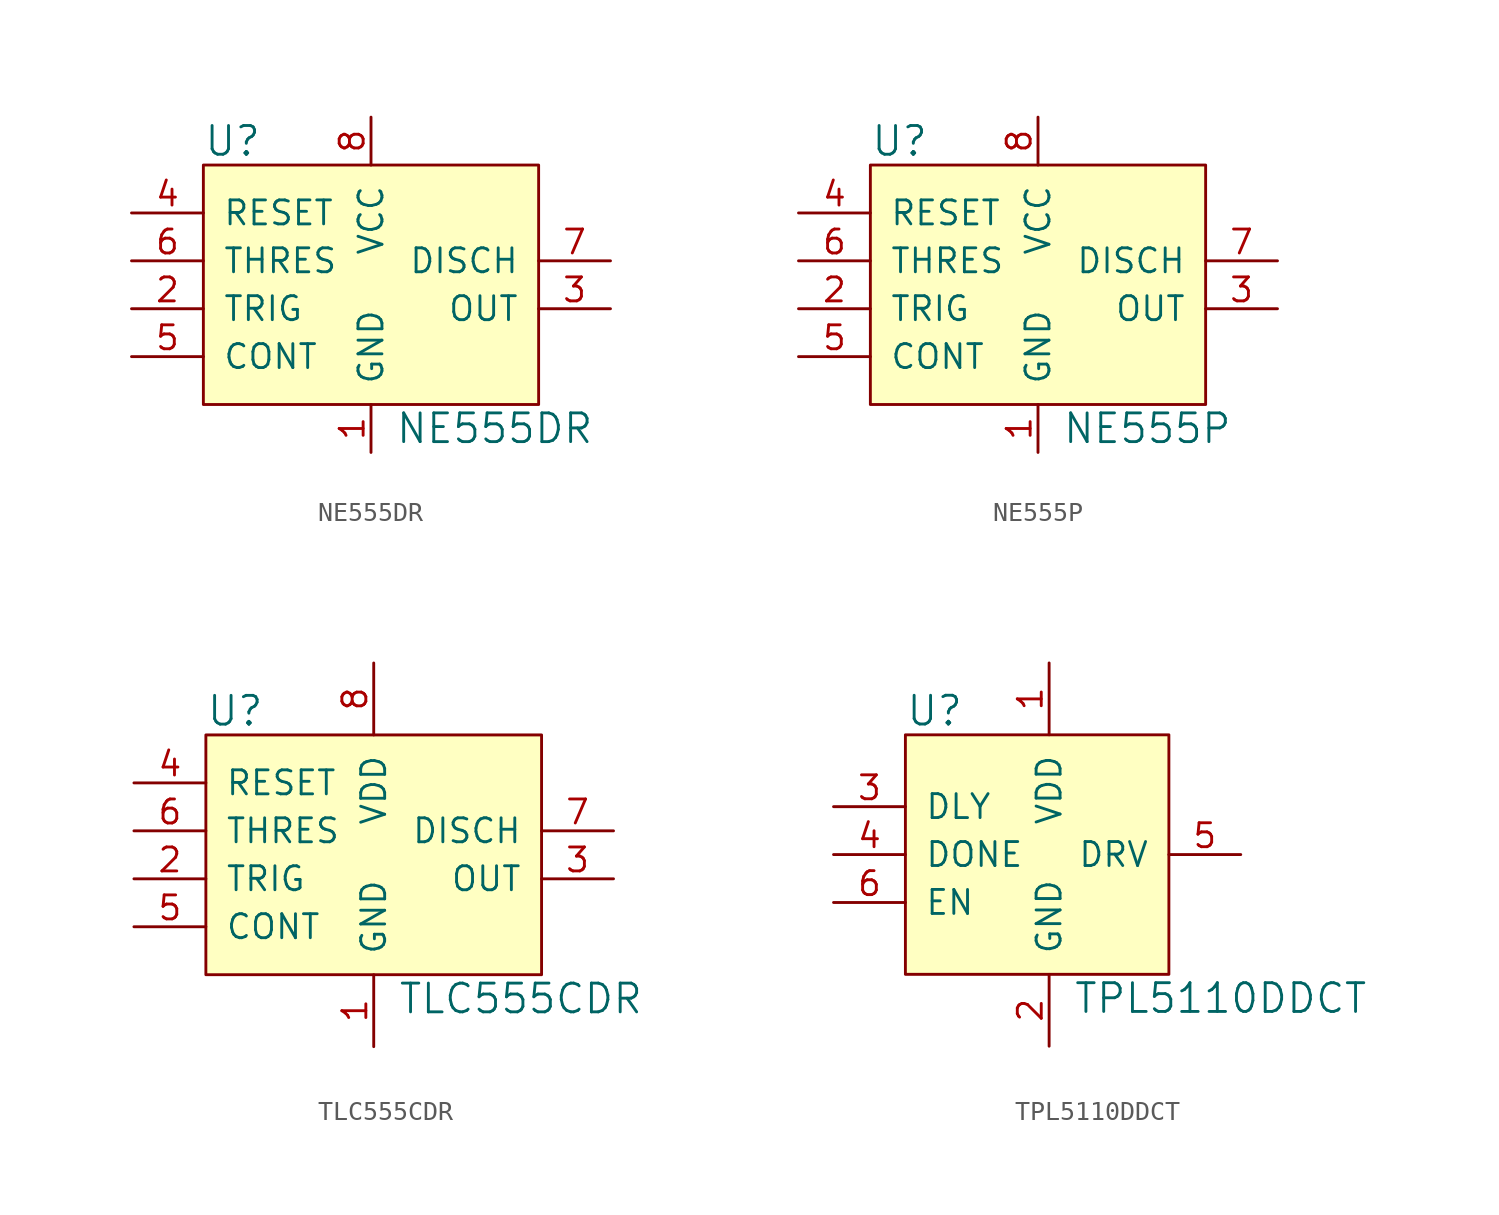
<source format=kicad_sym>
(kicad_symbol_lib
  (version 20220914)
  (generator kicad_symbol_editor)
  (symbol "NE555DR"
    (pin_names
      (offset 1.016))
    (property "Reference" "U"
      (at -8.89 1.27 0)
      (effects (font (size 1.524 1.524)) (justify left)))
    (property "Value" "NE555DR"
      (at 1.27 -13.97 0)
      (effects (font (size 1.524 1.524)) (justify left)))
    (symbol "NE555DR_0_1"
      (rectangle (start -8.89 0) (end 8.89 -12.7) (stroke (width 0) (type solid)) (fill (type background))))
    (symbol "NE555DR_1_1"
      (pin power_in line (at 0 -15.24 90) (length 2.54) (name "GND" (effects (font (size 1.27 1.27)))) (number "1" (effects (font (size 1.27 1.27)))))
      (pin input line (at -12.7 -7.62 0) (length 3.81) (name "TRIG" (effects (font (size 1.27 1.27)))) (number "2" (effects (font (size 1.27 1.27)))))
      (pin output line (at 12.7 -7.62 180) (length 3.81) (name "OUT" (effects (font (size 1.27 1.27)))) (number "3" (effects (font (size 1.27 1.27)))))
      (pin input line (at -12.7 -2.54 0) (length 3.81) (name "RESET" (effects (font (size 1.27 1.27)))) (number "4" (effects (font (size 1.27 1.27)))))
      (pin bidirectional line (at -12.7 -10.16 0) (length 3.81) (name "CONT" (effects (font (size 1.27 1.27)))) (number "5" (effects (font (size 1.27 1.27)))))
      (pin input line (at -12.7 -5.08 0) (length 3.81) (name "THRES" (effects (font (size 1.27 1.27)))) (number "6" (effects (font (size 1.27 1.27)))))
      (pin output line (at 12.7 -5.08 180) (length 3.81) (name "DISCH" (effects (font (size 1.27 1.27)))) (number "7" (effects (font (size 1.27 1.27)))))
      (pin power_in line (at 0 2.54 270) (length 2.54) (name "VCC" (effects (font (size 1.27 1.27)))) (number "8" (effects (font (size 1.27 1.27)))))))
  (symbol "NE555P"
    (pin_names
      (offset 1.016))
    (property "Reference" "U"
      (at -8.89 6.35 0)
      (effects (font (size 1.524 1.524)) (justify left)))
    (property "Value" "NE555P"
      (at 1.27 -8.89 0)
      (effects (font (size 1.524 1.524)) (justify left)))
    (symbol "NE555P_0_1"
      (rectangle (start -8.89 5.08) (end 8.89 -7.62) (stroke (width 0) (type solid)) (fill (type background))))
    (symbol "NE555P_1_1"
      (pin power_in line (at 0 -10.16 90) (length 2.54) (name "GND" (effects (font (size 1.27 1.27)))) (number "1" (effects (font (size 1.27 1.27)))))
      (pin input line (at -12.7 -2.54 0) (length 3.81) (name "TRIG" (effects (font (size 1.27 1.27)))) (number "2" (effects (font (size 1.27 1.27)))))
      (pin output line (at 12.7 -2.54 180) (length 3.81) (name "OUT" (effects (font (size 1.27 1.27)))) (number "3" (effects (font (size 1.27 1.27)))))
      (pin input line (at -12.7 2.54 0) (length 3.81) (name "RESET" (effects (font (size 1.27 1.27)))) (number "4" (effects (font (size 1.27 1.27)))))
      (pin bidirectional line (at -12.7 -5.08 0) (length 3.81) (name "CONT" (effects (font (size 1.27 1.27)))) (number "5" (effects (font (size 1.27 1.27)))))
      (pin input line (at -12.7 0 0) (length 3.81) (name "THRES" (effects (font (size 1.27 1.27)))) (number "6" (effects (font (size 1.27 1.27)))))
      (pin output line (at 12.7 0 180) (length 3.81) (name "DISCH" (effects (font (size 1.27 1.27)))) (number "7" (effects (font (size 1.27 1.27)))))
      (pin power_in line (at 0 7.62 270) (length 2.54) (name "VCC" (effects (font (size 1.27 1.27)))) (number "8" (effects (font (size 1.27 1.27)))))))
  (symbol "TLC555CDR"
    (pin_names
      (offset 1.016))
    (property "Reference" "U"
      (at -8.89 6.35 0)
      (effects (font (size 1.524 1.524)) (justify left)))
    (property "Value" "TLC555CDR"
      (at 1.27 -8.89 0)
      (effects (font (size 1.524 1.524)) (justify left)))
    (symbol "TLC555CDR_0_1"
      (rectangle (start -8.89 5.08) (end 8.89 -7.62) (stroke (width 0) (type solid)) (fill (type background))))
    (symbol "TLC555CDR_1_1"
      (pin power_in line (at 0 -11.43 90) (length 3.81) (name "GND" (effects (font (size 1.27 1.27)))) (number "1" (effects (font (size 1.27 1.27)))))
      (pin input line (at -12.7 -2.54 0) (length 3.81) (name "TRIG" (effects (font (size 1.27 1.27)))) (number "2" (effects (font (size 1.27 1.27)))))
      (pin output line (at 12.7 -2.54 180) (length 3.81) (name "OUT" (effects (font (size 1.27 1.27)))) (number "3" (effects (font (size 1.27 1.27)))))
      (pin input line (at -12.7 2.54 0) (length 3.81) (name "RESET" (effects (font (size 1.27 1.27)))) (number "4" (effects (font (size 1.27 1.27)))))
      (pin bidirectional line (at -12.7 -5.08 0) (length 3.81) (name "CONT" (effects (font (size 1.27 1.27)))) (number "5" (effects (font (size 1.27 1.27)))))
      (pin input line (at -12.7 0 0) (length 3.81) (name "THRES" (effects (font (size 1.27 1.27)))) (number "6" (effects (font (size 1.27 1.27)))))
      (pin output line (at 12.7 0 180) (length 3.81) (name "DISCH" (effects (font (size 1.27 1.27)))) (number "7" (effects (font (size 1.27 1.27)))))
      (pin power_in line (at 0 8.89 270) (length 3.81) (name "VDD" (effects (font (size 1.27 1.27)))) (number "8" (effects (font (size 1.27 1.27)))))))
  (symbol "TPL5110DDCT"
    (pin_names
      (offset 1.016))
    (property "Reference" "U"
      (at -7.62 7.62 0)
      (effects (font (size 1.524 1.524)) (justify left)))
    (property "Value" "TPL5110DDCT"
      (at 1.27 -7.62 0)
      (effects (font (size 1.524 1.524)) (justify left)))
    (symbol "TPL5110DDCT_0_1"
      (rectangle (start -7.62 6.35) (end 6.35 -6.35) (stroke (width 0) (type solid)) (fill (type background))))
    (symbol "TPL5110DDCT_1_1"
      (pin power_in line (at 0 10.16 270) (length 3.81) (name "VDD" (effects (font (size 1.27 1.27)))) (number "1" (effects (font (size 1.27 1.27)))))
      (pin power_in line (at 0 -10.16 90) (length 3.81) (name "GND" (effects (font (size 1.27 1.27)))) (number "2" (effects (font (size 1.27 1.27)))))
      (pin input line (at -11.43 2.54 0) (length 3.81) (name "DLY" (effects (font (size 1.27 1.27)))) (number "3" (effects (font (size 1.27 1.27)))))
      (pin input line (at -11.43 0 0) (length 3.81) (name "DONE" (effects (font (size 1.27 1.27)))) (number "4" (effects (font (size 1.27 1.27)))))
      (pin output line (at 10.16 0 180) (length 3.81) (name "DRV" (effects (font (size 1.27 1.27)))) (number "5" (effects (font (size 1.27 1.27)))))
      (pin input line (at -11.43 -2.54 0) (length 3.81) (name "EN" (effects (font (size 1.27 1.27)))) (number "6" (effects (font (size 1.27 1.27))))))))
</source>
